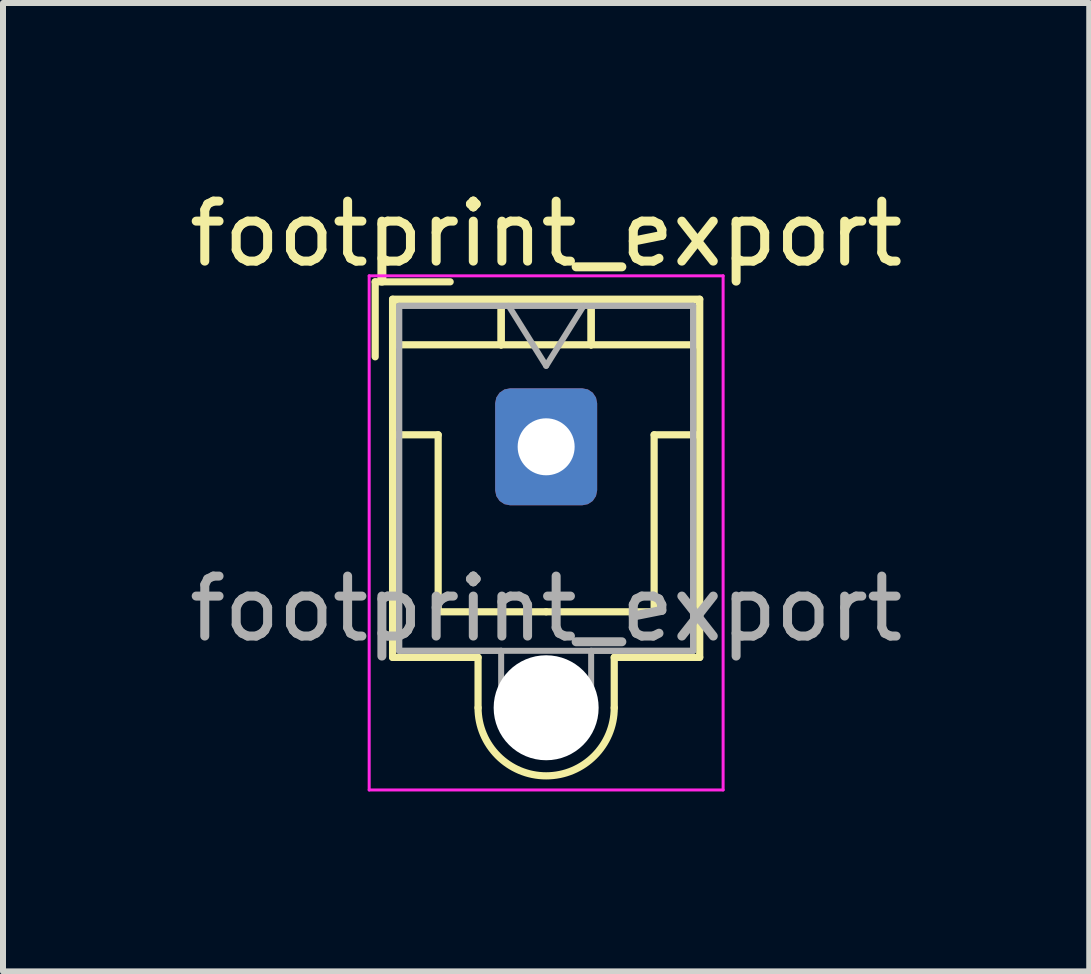
<source format=kicad_pcb>
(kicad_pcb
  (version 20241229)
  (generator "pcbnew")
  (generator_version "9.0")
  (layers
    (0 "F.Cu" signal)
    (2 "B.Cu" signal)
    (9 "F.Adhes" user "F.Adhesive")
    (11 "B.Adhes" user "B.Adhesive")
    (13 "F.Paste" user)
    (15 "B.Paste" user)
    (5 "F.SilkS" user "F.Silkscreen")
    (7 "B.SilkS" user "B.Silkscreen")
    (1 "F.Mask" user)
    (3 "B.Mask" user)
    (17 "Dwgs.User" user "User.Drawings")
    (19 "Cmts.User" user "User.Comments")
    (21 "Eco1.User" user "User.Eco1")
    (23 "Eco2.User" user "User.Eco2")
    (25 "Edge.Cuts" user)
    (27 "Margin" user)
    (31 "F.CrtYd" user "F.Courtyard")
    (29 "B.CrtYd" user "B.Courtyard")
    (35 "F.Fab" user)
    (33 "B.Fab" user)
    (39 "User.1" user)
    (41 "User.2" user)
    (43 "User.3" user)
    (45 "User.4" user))
  (footprint "footprint_export"
    (layer "F.Cu")
    (at 6.054 4.398)
    (property "Reference" "footprint_export" (at 0 -3.55 0) (layer "F.SilkS") (effects (font (size 1 1) (thickness 0.15))))
    (attr through_hole)
    (fp_line (start -2.85 -2.75) (end -2.85 -1.5) (stroke (width 0.12) (type solid)) (layer "F.SilkS"))
    (fp_line (start -2.56 -2.46) (end 2.56 -2.46) (stroke (width 0.12) (type solid)) (layer "F.SilkS"))
    (fp_line (start -2.56 3.51) (end -2.56 -2.46) (stroke (width 0.12) (type solid)) (layer "F.SilkS"))
    (fp_line (start -2.55 -2.45) (end -2.55 -1.7) (stroke (width 0.12) (type solid)) (layer "F.SilkS"))
    (fp_line (start -2.55 -1.7) (end -0.75 -1.7) (stroke (width 0.12) (type solid)) (layer "F.SilkS"))
    (fp_line (start -2.55 -0.2) (end -1.8 -0.2) (stroke (width 0.12) (type solid)) (layer "F.SilkS"))
    (fp_line (start -1.8 -0.2) (end -1.8 2.75) (stroke (width 0.12) (type solid)) (layer "F.SilkS"))
    (fp_line (start -1.8 2.75) (end 0 2.75) (stroke (width 0.12) (type solid)) (layer "F.SilkS"))
    (fp_line (start -1.6 -2.75) (end -2.85 -2.75) (stroke (width 0.12) (type solid)) (layer "F.SilkS"))
    (fp_line (start -1.135 3.51) (end -2.56 3.51) (stroke (width 0.12) (type solid)) (layer "F.SilkS"))
    (fp_line (start -1.135 4.35) (end -1.135 3.51) (stroke (width 0.12) (type solid)) (layer "F.SilkS"))
    (fp_line (start -0.75 -2.45) (end -2.55 -2.45) (stroke (width 0.12) (type solid)) (layer "F.SilkS"))
    (fp_line (start -0.75 -2.45) (end 0.75 -2.45) (stroke (width 0.12) (type solid)) (layer "F.SilkS"))
    (fp_line (start -0.75 -1.7) (end -0.75 -2.45) (stroke (width 0.12) (type solid)) (layer "F.SilkS"))
    (fp_line (start -0.75 -1.7) (end -0.75 -2.45) (stroke (width 0.12) (type solid)) (layer "F.SilkS"))
    (fp_line (start 0.75 -2.45) (end 0.75 -1.7) (stroke (width 0.12) (type solid)) (layer "F.SilkS"))
    (fp_line (start 0.75 -2.45) (end 0.75 -1.7) (stroke (width 0.12) (type solid)) (layer "F.SilkS"))
    (fp_line (start 0.75 -1.7) (end -0.75 -1.7) (stroke (width 0.12) (type solid)) (layer "F.SilkS"))
    (fp_line (start 0.75 -1.7) (end 2.55 -1.7) (stroke (width 0.12) (type solid)) (layer "F.SilkS"))
    (fp_line (start 1.135 3.51) (end 1.135 4.35) (stroke (width 0.12) (type solid)) (layer "F.SilkS"))
    (fp_line (start 1.8 -0.2) (end 1.8 2.75) (stroke (width 0.12) (type solid)) (layer "F.SilkS"))
    (fp_line (start 1.8 2.75) (end 0 2.75) (stroke (width 0.12) (type solid)) (layer "F.SilkS"))
    (fp_line (start 2.55 -2.45) (end 0.75 -2.45) (stroke (width 0.12) (type solid)) (layer "F.SilkS"))
    (fp_line (start 2.55 -1.7) (end 2.55 -2.45) (stroke (width 0.12) (type solid)) (layer "F.SilkS"))
    (fp_line (start 2.55 -0.2) (end 1.8 -0.2) (stroke (width 0.12) (type solid)) (layer "F.SilkS"))
    (fp_line (start 2.56 -2.46) (end 2.56 3.51) (stroke (width 0.12) (type solid)) (layer "F.SilkS"))
    (fp_line (start 2.56 3.51) (end 1.135 3.51) (stroke (width 0.12) (type solid)) (layer "F.SilkS"))
    (fp_arc (start 1.135 4.35) (mid 0 5.485) (end -1.135 4.35) (stroke (width 0.12) (type solid)) (layer "F.SilkS"))
    (fp_line (start -2.95 -2.85) (end -2.95 5.72) (stroke (width 0.05) (type solid)) (layer "F.CrtYd"))
    (fp_line (start -2.95 5.72) (end 2.95 5.72) (stroke (width 0.05) (type solid)) (layer "F.CrtYd"))
    (fp_line (start 2.95 -2.85) (end -2.95 -2.85) (stroke (width 0.05) (type solid)) (layer "F.CrtYd"))
    (fp_line (start 2.95 5.72) (end 2.95 -2.85) (stroke (width 0.05) (type solid)) (layer "F.CrtYd"))
    (fp_line (start -2.45 -2.35) (end -2.45 3.4) (stroke (width 0.1) (type solid)) (layer "F.Fab"))
    (fp_line (start -2.45 -2.35) (end 2.45 -2.35) (stroke (width 0.1) (type solid)) (layer "F.Fab"))
    (fp_line (start -2.45 3.4) (end -2.45 -2.35) (stroke (width 0.1) (type solid)) (layer "F.Fab"))
    (fp_line (start -2.45 3.4) (end 2.45 3.4) (stroke (width 0.1) (type solid)) (layer "F.Fab"))
    (fp_line (start -0.75 3.4) (end -2.45 3.4) (stroke (width 0.1) (type solid)) (layer "F.Fab"))
    (fp_line (start -0.75 4.35) (end -0.75 3.4) (stroke (width 0.1) (type solid)) (layer "F.Fab"))
    (fp_line (start -0.625 -2.35) (end 0 -1.35) (stroke (width 0.1) (type solid)) (layer "F.Fab"))
    (fp_line (start 0 -1.35) (end 0.625 -2.35) (stroke (width 0.1) (type solid)) (layer "F.Fab"))
    (fp_line (start 0.75 3.4) (end 0.75 4.35) (stroke (width 0.1) (type solid)) (layer "F.Fab"))
    (fp_line (start 2.45 -2.35) (end -2.45 -2.35) (stroke (width 0.1) (type solid)) (layer "F.Fab"))
    (fp_line (start 2.45 -2.35) (end 2.45 3.4) (stroke (width 0.1) (type solid)) (layer "F.Fab"))
    (fp_line (start 2.45 3.4) (end 0.75 3.4) (stroke (width 0.1) (type solid)) (layer "F.Fab"))
    (fp_line (start 2.45 3.4) (end 2.45 -2.35) (stroke (width 0.1) (type solid)) (layer "F.Fab"))
    (fp_arc (start 0.75 4.35) (mid 0 5.1) (end -0.75 4.35) (stroke (width 0.1) (type solid)) (layer "F.Fab"))
    (fp_text user "${REFERENCE}" (at 0 2.7 0) (layer "F.Fab") (effects (font (size 1 1) (thickness 0.15))))
    (pad "" np_thru_hole circle (at 0 4.35) (size 1.75 1.75) (drill 1.75) (layers "*.Cu" "*.Mask"))
    (pad "1" thru_hole roundrect (at 0 0) (size 1.7 1.95) (drill 0.95) (layers "*.Cu" "*.Mask") (roundrect_rratio 0.147)))
  (gr_rect
    (start -3 -3)
    (end 15.107 13.143)
    (stroke (width 0.1) (type default))
    (fill no)
    (layer "Edge.Cuts")))
</source>
